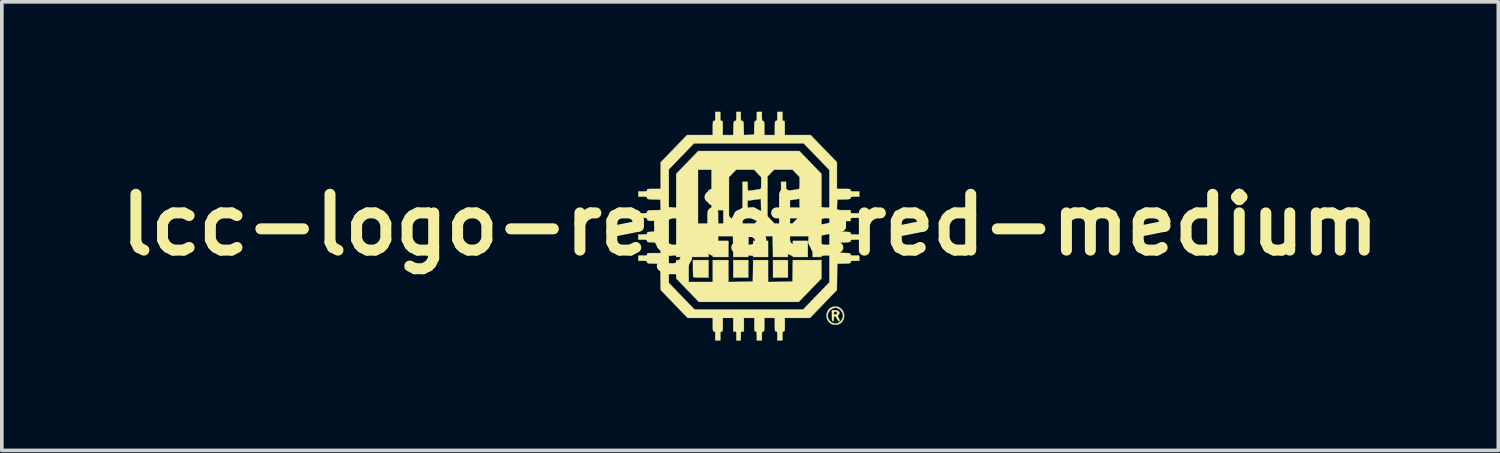
<source format=kicad_pcb>
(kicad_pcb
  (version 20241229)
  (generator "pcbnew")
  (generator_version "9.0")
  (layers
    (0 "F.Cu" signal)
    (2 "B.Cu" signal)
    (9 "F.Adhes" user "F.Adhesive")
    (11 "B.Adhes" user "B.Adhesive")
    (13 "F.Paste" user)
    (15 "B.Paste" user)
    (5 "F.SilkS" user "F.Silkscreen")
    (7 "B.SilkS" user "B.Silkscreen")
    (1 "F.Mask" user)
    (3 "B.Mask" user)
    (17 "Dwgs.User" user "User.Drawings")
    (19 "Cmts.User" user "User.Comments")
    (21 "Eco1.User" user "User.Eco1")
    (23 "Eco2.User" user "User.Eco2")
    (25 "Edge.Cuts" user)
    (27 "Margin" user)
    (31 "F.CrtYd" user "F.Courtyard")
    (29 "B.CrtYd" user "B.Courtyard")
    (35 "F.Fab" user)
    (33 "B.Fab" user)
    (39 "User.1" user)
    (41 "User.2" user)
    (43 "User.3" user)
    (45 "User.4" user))
  (footprint "lcc-logo-registered-medium"
    (layer "F.Cu")
    (at 17.424 3.088)
    (property "Reference" "lcc-logo-registered-medium" (at 0 0 0) (layer "F.SilkS") (effects (font (size 1.524 1.524) (thickness 0.3))))
    (attr through_hole)
    (fp_poly (pts (xy -0.593 0.876) (xy -1.016 0.876) (xy -1.016 0.438) (xy -0.593 0.438) (xy -0.593 0.876)) (stroke (width 0.01) (type solid)) (fill yes) (layer "F.SilkS"))
    (fp_poly (pts (xy -0.051 1.436) (xy -0.457 1.436) (xy -0.457 0.963) (xy -0.051 0.963) (xy -0.051 1.436)) (stroke (width 0.01) (type solid)) (fill yes) (layer "F.SilkS"))
    (fp_poly (pts (xy 0.491 0.876) (xy 0.085 0.876) (xy 0.085 0.438) (xy 0.491 0.438) (xy 0.491 0.876)) (stroke (width 0.01) (type solid)) (fill yes) (layer "F.SilkS"))
    (fp_poly (pts (xy 1.033 1.436) (xy 0.627 1.436) (xy 0.627 0.963) (xy 1.033 0.963) (xy 1.033 1.436)) (stroke (width 0.01) (type solid)) (fill yes) (layer "F.SilkS"))
    (fp_poly (pts (xy 1.575 0.876) (xy 1.168 0.876) (xy 1.168 0.438) (xy 1.575 0.438) (xy 1.575 0.876)) (stroke (width 0.01) (type solid)) (fill yes) (layer "F.SilkS"))
    (fp_poly (pts (xy -1.135 1.436) (xy -1.335 1.436) (xy -1.414 1.435) (xy -1.481 1.433) (xy -1.527 1.429) (xy -1.547 1.425) (xy -1.551 1.404) (xy -1.554 1.355) (xy -1.557 1.285) (xy -1.558 1.201) (xy -1.558 1.188) (xy -1.558 0.963) (xy -1.135 0.963) (xy -1.135 1.436)) (stroke (width 0.01) (type solid)) (fill yes) (layer "F.SilkS"))
    (fp_poly (pts (xy -1.676 1.559) (xy -1.016 1.559) (xy -1.016 0.963) (xy -0.593 0.963) (xy -0.593 1.56) (xy 0.076 1.55) (xy 0.081 1.257) (xy 0.085 0.963) (xy 0.491 0.963) (xy 0.491 1.56) (xy 0.826 1.555) (xy 1.16 1.55) (xy 1.165 1.257) (xy 1.169 0.963) (xy 1.947 0.963) (xy 1.947 1.463) (xy 1.638 1.783) (xy 1.329 2.102) (xy -1.397 2.102) (xy -1.706 1.782) (xy -2.015 1.462) (xy -2.015 0.963) (xy -1.676 0.963) (xy -1.676 1.559)) (stroke (width 0.01) (type solid)) (fill yes) (layer "F.SilkS"))
    (fp_poly (pts (xy 2.373 2.338) (xy 2.42 2.361) (xy 2.439 2.395) (xy 2.43 2.436) (xy 2.411 2.46) (xy 2.394 2.493) (xy 2.4 2.51) (xy 2.417 2.541) (xy 2.435 2.579) (xy 2.445 2.617) (xy 2.437 2.63) (xy 2.418 2.622) (xy 2.392 2.594) (xy 2.371 2.558) (xy 2.345 2.515) (xy 2.319 2.49) (xy 2.311 2.487) (xy 2.294 2.499) (xy 2.286 2.539) (xy 2.286 2.558) (xy 2.282 2.606) (xy 2.268 2.626) (xy 2.261 2.628) (xy 2.248 2.621) (xy 2.24 2.598) (xy 2.236 2.552) (xy 2.235 2.479) (xy 2.235 2.409) (xy 2.286 2.409) (xy 2.291 2.441) (xy 2.312 2.451) (xy 2.333 2.449) (xy 2.369 2.436) (xy 2.379 2.409) (xy 2.368 2.38) (xy 2.333 2.368) (xy 2.299 2.369) (xy 2.287 2.388) (xy 2.286 2.409) (xy 2.235 2.409) (xy 2.235 2.33) (xy 2.304 2.33) (xy 2.373 2.338)) (stroke (width 0.01) (type solid)) (fill yes) (layer "F.SilkS"))
    (fp_poly (pts (xy 2.412 2.243) (xy 2.437 2.254) (xy 2.506 2.309) (xy 2.551 2.381) (xy 2.569 2.462) (xy 2.562 2.545) (xy 2.529 2.622) (xy 2.47 2.685) (xy 2.402 2.718) (xy 2.322 2.728) (xy 2.244 2.714) (xy 2.219 2.703) (xy 2.15 2.648) (xy 2.106 2.576) (xy 2.087 2.495) (xy 2.089 2.475) (xy 2.117 2.475) (xy 2.132 2.55) (xy 2.172 2.616) (xy 2.23 2.668) (xy 2.298 2.695) (xy 2.325 2.698) (xy 2.375 2.689) (xy 2.423 2.671) (xy 2.478 2.625) (xy 2.52 2.56) (xy 2.539 2.49) (xy 2.54 2.479) (xy 2.524 2.405) (xy 2.483 2.339) (xy 2.423 2.288) (xy 2.354 2.262) (xy 2.328 2.26) (xy 2.258 2.276) (xy 2.195 2.318) (xy 2.145 2.378) (xy 2.119 2.448) (xy 2.117 2.475) (xy 2.089 2.475) (xy 2.094 2.412) (xy 2.128 2.335) (xy 2.187 2.272) (xy 2.255 2.24) (xy 2.335 2.23) (xy 2.412 2.243)) (stroke (width 0.01) (type solid)) (fill yes) (layer "F.SilkS"))
    (fp_poly (pts (xy 1.647 -1.703) (xy 1.947 -1.392) (xy 1.947 0.876) (xy 1.711 0.876) (xy 1.706 0.591) (xy 1.702 0.307) (xy 1.041 0.307) (xy 1.037 0.591) (xy 1.032 0.876) (xy 0.627 0.876) (xy 0.623 0.591) (xy 0.618 0.307) (xy -0.042 0.307) (xy -0.047 0.591) (xy -0.052 0.876) (xy -0.456 0.876) (xy -0.461 0.591) (xy -0.466 0.307) (xy -1.126 0.307) (xy -1.131 0.591) (xy -1.135 0.876) (xy -2.015 0.876) (xy -2.015 -1.392) (xy -1.905 -1.506) (xy -1.422 -1.506) (xy -1.422 -0.035) (xy -0.728 -0.035) (xy -0.728 -0.403) (xy -1.05 -0.403) (xy -1.05 -1.304) (xy -0.576 -1.304) (xy -0.576 -0.237) (xy -0.479 -0.136) (xy -0.382 -0.035) (xy 0.128 -0.035) (xy 0.217 -0.128) (xy 0.306 -0.221) (xy 0.301 -0.466) (xy 0.296 -0.71) (xy 0.114 -0.686) (xy -0.068 -0.662) (xy -0.068 -0.368) (xy -0.203 -0.368) (xy -0.203 -1.174) (xy -0.068 -1.174) (xy -0.068 -1.051) (xy -0.066 -0.991) (xy -0.06 -0.947) (xy -0.053 -0.929) (xy -0.052 -0.928) (xy -0.025 -0.931) (xy 0.026 -0.937) (xy 0.09 -0.945) (xy 0.156 -0.955) (xy 0.216 -0.964) (xy 0.258 -0.971) (xy 0.267 -0.973) (xy 0.285 -0.979) (xy 0.296 -0.992) (xy 0.302 -1.02) (xy 0.304 -1.069) (xy 0.305 -1.143) (xy 0.305 -1.304) (xy 0.286 -1.324) (xy 0.474 -1.324) (xy 0.474 -0.237) (xy 0.571 -0.136) (xy 0.668 -0.035) (xy 1.159 -0.035) (xy 1.257 -0.135) (xy 1.355 -0.235) (xy 1.355 -0.478) (xy 1.354 -0.574) (xy 1.353 -0.641) (xy 1.35 -0.683) (xy 1.344 -0.705) (xy 1.336 -0.713) (xy 1.325 -0.712) (xy 1.296 -0.706) (xy 1.242 -0.697) (xy 1.174 -0.687) (xy 1.139 -0.682) (xy 0.982 -0.661) (xy 0.982 -0.368) (xy 0.847 -0.368) (xy 0.847 -1.174) (xy 0.982 -1.174) (xy 0.982 -1.051) (xy 0.984 -0.991) (xy 0.99 -0.947) (xy 0.997 -0.929) (xy 0.998 -0.928) (xy 1.025 -0.931) (xy 1.076 -0.937) (xy 1.139 -0.945) (xy 1.206 -0.955) (xy 1.266 -0.964) (xy 1.308 -0.971) (xy 1.317 -0.973) (xy 1.334 -0.979) (xy 1.346 -0.992) (xy 1.352 -1.02) (xy 1.354 -1.069) (xy 1.355 -1.143) (xy 1.355 -1.304) (xy 1.258 -1.405) (xy 1.161 -1.506) (xy 0.653 -1.506) (xy 0.564 -1.415) (xy 0.474 -1.324) (xy 0.286 -1.324) (xy 0.208 -1.405) (xy 0.111 -1.506) (xy -0.382 -1.506) (xy -0.479 -1.405) (xy -0.576 -1.304) (xy -1.05 -1.304) (xy -1.05 -1.506) (xy -1.422 -1.506) (xy -1.905 -1.506) (xy -1.715 -1.703) (xy -1.414 -2.014) (xy 1.347 -2.014) (xy 1.647 -1.703)) (stroke (width 0.01) (type solid)) (fill yes) (layer "F.SilkS"))
    (fp_poly (pts (xy -0.813 -2.96) (xy -0.812 -2.896) (xy -0.808 -2.859) (xy -0.798 -2.842) (xy -0.782 -2.838) (xy -0.779 -2.838) (xy -0.764 -2.836) (xy -0.754 -2.825) (xy -0.749 -2.8) (xy -0.746 -2.754) (xy -0.745 -2.681) (xy -0.745 -2.645) (xy -0.745 -2.452) (xy -0.458 -2.452) (xy -0.454 -2.641) (xy -0.451 -2.724) (xy -0.448 -2.778) (xy -0.442 -2.811) (xy -0.433 -2.827) (xy -0.419 -2.833) (xy -0.411 -2.835) (xy -0.391 -2.84) (xy -0.379 -2.855) (xy -0.374 -2.888) (xy -0.373 -2.946) (xy -0.373 -2.962) (xy -0.373 -3.083) (xy -0.254 -3.083) (xy -0.254 -2.962) (xy -0.253 -2.898) (xy -0.249 -2.86) (xy -0.239 -2.842) (xy -0.221 -2.835) (xy -0.216 -2.835) (xy -0.199 -2.83) (xy -0.188 -2.819) (xy -0.181 -2.795) (xy -0.177 -2.75) (xy -0.174 -2.68) (xy -0.173 -2.64) (xy -0.168 -2.451) (xy 0.11 -2.461) (xy 0.115 -2.649) (xy 0.117 -2.733) (xy 0.121 -2.787) (xy 0.127 -2.819) (xy 0.136 -2.834) (xy 0.149 -2.838) (xy 0.153 -2.838) (xy 0.17 -2.841) (xy 0.181 -2.857) (xy 0.185 -2.891) (xy 0.186 -2.953) (xy 0.186 -2.96) (xy 0.186 -3.083) (xy 0.322 -3.083) (xy 0.322 -2.962) (xy 0.323 -2.898) (xy 0.328 -2.86) (xy 0.339 -2.841) (xy 0.356 -2.833) (xy 0.371 -2.826) (xy 0.381 -2.811) (xy 0.386 -2.782) (xy 0.389 -2.731) (xy 0.389 -2.653) (xy 0.389 -2.638) (xy 0.389 -2.452) (xy 0.677 -2.452) (xy 0.677 -2.645) (xy 0.678 -2.729) (xy 0.68 -2.785) (xy 0.684 -2.817) (xy 0.692 -2.833) (xy 0.705 -2.838) (xy 0.711 -2.838) (xy 0.729 -2.841) (xy 0.739 -2.856) (xy 0.744 -2.89) (xy 0.745 -2.951) (xy 0.745 -2.96) (xy 0.745 -3.083) (xy 0.881 -3.083) (xy 0.881 -2.96) (xy 0.881 -2.896) (xy 0.886 -2.859) (xy 0.895 -2.842) (xy 0.912 -2.838) (xy 0.914 -2.838) (xy 0.929 -2.836) (xy 0.939 -2.825) (xy 0.945 -2.8) (xy 0.947 -2.754) (xy 0.948 -2.681) (xy 0.948 -2.645) (xy 0.948 -2.452) (xy 1.651 -2.452) (xy 2.011 -2.08) (xy 2.371 -1.708) (xy 2.371 -0.981) (xy 2.557 -0.981) (xy 2.638 -0.981) (xy 2.692 -0.979) (xy 2.723 -0.974) (xy 2.738 -0.966) (xy 2.743 -0.953) (xy 2.743 -0.946) (xy 2.746 -0.928) (xy 2.761 -0.917) (xy 2.794 -0.912) (xy 2.852 -0.911) (xy 2.862 -0.911) (xy 2.98 -0.911) (xy 2.98 -0.771) (xy 2.862 -0.771) (xy 2.799 -0.77) (xy 2.764 -0.765) (xy 2.747 -0.756) (xy 2.743 -0.738) (xy 2.743 -0.736) (xy 2.741 -0.721) (xy 2.729 -0.711) (xy 2.703 -0.704) (xy 2.656 -0.7) (xy 2.582 -0.697) (xy 2.561 -0.697) (xy 2.379 -0.692) (xy 2.374 -0.547) (xy 2.369 -0.403) (xy 2.743 -0.403) (xy 2.743 -0.359) (xy 2.745 -0.336) (xy 2.755 -0.323) (xy 2.781 -0.317) (xy 2.83 -0.315) (xy 2.862 -0.315) (xy 2.98 -0.315) (xy 2.98 -0.193) (xy 2.862 -0.193) (xy 2.8 -0.192) (xy 2.764 -0.188) (xy 2.748 -0.179) (xy 2.743 -0.161) (xy 2.743 -0.149) (xy 2.743 -0.105) (xy 2.369 -0.105) (xy 2.374 0.039) (xy 2.379 0.184) (xy 2.561 0.189) (xy 2.642 0.192) (xy 2.694 0.195) (xy 2.725 0.201) (xy 2.739 0.21) (xy 2.743 0.224) (xy 2.743 0.228) (xy 2.747 0.246) (xy 2.761 0.257) (xy 2.795 0.262) (xy 2.854 0.263) (xy 2.862 0.263) (xy 2.98 0.263) (xy 2.98 0.403) (xy 2.862 0.403) (xy 2.799 0.404) (xy 2.764 0.408) (xy 2.747 0.418) (xy 2.743 0.435) (xy 2.743 0.437) (xy 2.741 0.453) (xy 2.729 0.463) (xy 2.703 0.469) (xy 2.656 0.473) (xy 2.582 0.476) (xy 2.561 0.477) (xy 2.379 0.482) (xy 2.379 0.762) (xy 2.561 0.767) (xy 2.642 0.77) (xy 2.694 0.773) (xy 2.725 0.779) (xy 2.739 0.788) (xy 2.743 0.802) (xy 2.743 0.806) (xy 2.747 0.825) (xy 2.761 0.835) (xy 2.795 0.84) (xy 2.854 0.841) (xy 2.862 0.841) (xy 2.98 0.841) (xy 2.98 0.981) (xy 2.862 0.981) (xy 2.799 0.982) (xy 2.764 0.986) (xy 2.747 0.996) (xy 2.743 1.013) (xy 2.743 1.015) (xy 2.741 1.031) (xy 2.729 1.041) (xy 2.703 1.047) (xy 2.656 1.051) (xy 2.582 1.054) (xy 2.561 1.055) (xy 2.379 1.06) (xy 2.37 1.778) (xy 1.634 2.54) (xy 0.948 2.54) (xy 0.948 2.724) (xy 0.948 2.806) (xy 0.946 2.859) (xy 0.941 2.89) (xy 0.932 2.904) (xy 0.919 2.908) (xy 0.914 2.908) (xy 0.897 2.911) (xy 0.886 2.926) (xy 0.882 2.96) (xy 0.881 3.021) (xy 0.881 3.03) (xy 0.881 3.153) (xy 0.745 3.153) (xy 0.745 3.03) (xy 0.744 2.966) (xy 0.74 2.929) (xy 0.731 2.912) (xy 0.714 2.908) (xy 0.711 2.908) (xy 0.696 2.906) (xy 0.686 2.895) (xy 0.681 2.869) (xy 0.678 2.821) (xy 0.677 2.747) (xy 0.677 2.724) (xy 0.677 2.54) (xy 0.389 2.54) (xy 0.389 2.724) (xy 0.389 2.806) (xy 0.387 2.859) (xy 0.382 2.89) (xy 0.374 2.904) (xy 0.36 2.908) (xy 0.356 2.908) (xy 0.338 2.911) (xy 0.328 2.926) (xy 0.323 2.96) (xy 0.322 3.021) (xy 0.322 3.03) (xy 0.322 3.153) (xy 0.186 3.153) (xy 0.186 3.03) (xy 0.185 2.966) (xy 0.181 2.929) (xy 0.172 2.912) (xy 0.155 2.908) (xy 0.152 2.908) (xy 0.137 2.906) (xy 0.127 2.895) (xy 0.122 2.869) (xy 0.119 2.821) (xy 0.119 2.747) (xy 0.119 2.724) (xy 0.119 2.54) (xy -0.169 2.54) (xy -0.169 2.908) (xy -0.212 2.908) (xy -0.234 2.91) (xy -0.246 2.92) (xy -0.252 2.947) (xy -0.254 2.998) (xy -0.254 3.03) (xy -0.254 3.153) (xy -0.373 3.153) (xy -0.373 3.03) (xy -0.373 2.966) (xy -0.377 2.93) (xy -0.386 2.913) (xy -0.404 2.908) (xy -0.415 2.908) (xy -0.457 2.908) (xy -0.457 2.54) (xy -0.745 2.54) (xy -0.745 2.724) (xy -0.745 2.806) (xy -0.748 2.859) (xy -0.752 2.89) (xy -0.761 2.904) (xy -0.775 2.908) (xy -0.779 2.908) (xy -0.797 2.911) (xy -0.807 2.926) (xy -0.812 2.96) (xy -0.813 3.021) (xy -0.813 3.03) (xy -0.813 3.153) (xy -0.948 3.153) (xy -0.948 3.03) (xy -0.949 2.966) (xy -0.953 2.929) (xy -0.963 2.912) (xy -0.979 2.908) (xy -0.982 2.908) (xy -0.997 2.906) (xy -1.007 2.895) (xy -1.013 2.869) (xy -1.015 2.821) (xy -1.016 2.747) (xy -1.016 2.724) (xy -1.016 2.54) (xy -1.702 2.54) (xy -2.438 1.778) (xy -2.447 1.06) (xy -2.629 1.055) (xy -2.709 1.052) (xy -2.762 1.049) (xy -2.793 1.043) (xy -2.807 1.033) (xy -2.811 1.019) (xy -2.811 1.015) (xy -2.814 0.997) (xy -2.829 0.987) (xy -2.863 0.982) (xy -2.922 0.981) (xy -2.929 0.981) (xy -3.048 0.981) (xy -3.048 0.841) (xy -2.929 0.841) (xy -2.867 0.84) (xy -2.831 0.836) (xy -2.815 0.826) (xy -2.811 0.809) (xy -2.811 0.806) (xy -2.809 0.79) (xy -2.798 0.78) (xy -2.774 0.774) (xy -2.73 0.772) (xy -2.66 0.771) (xy -2.625 0.771) (xy -2.438 0.771) (xy -2.438 0.473) (xy -2.625 0.473) (xy -2.706 0.473) (xy -2.76 0.471) (xy -2.791 0.466) (xy -2.806 0.458) (xy -2.811 0.445) (xy -2.811 0.438) (xy -2.814 0.42) (xy -2.829 0.409) (xy -2.861 0.404) (xy -2.92 0.403) (xy -2.929 0.403) (xy -3.048 0.403) (xy -3.048 0.263) (xy -2.929 0.263) (xy -2.867 0.262) (xy -2.831 0.257) (xy -2.815 0.248) (xy -2.811 0.23) (xy -2.811 0.228) (xy -2.808 0.213) (xy -2.797 0.203) (xy -2.771 0.196) (xy -2.724 0.192) (xy -2.65 0.189) (xy -2.629 0.189) (xy -2.447 0.184) (xy -2.442 0.04) (xy -2.437 -0.104) (xy -2.62 -0.109) (xy -2.7 -0.111) (xy -2.753 -0.115) (xy -2.784 -0.121) (xy -2.8 -0.13) (xy -2.806 -0.145) (xy -2.808 -0.153) (xy -2.813 -0.174) (xy -2.828 -0.186) (xy -2.859 -0.191) (xy -2.915 -0.193) (xy -2.931 -0.193) (xy -3.048 -0.193) (xy -3.048 -0.315) (xy -2.931 -0.315) (xy -2.869 -0.316) (xy -2.833 -0.321) (xy -2.815 -0.331) (xy -2.809 -0.35) (xy -2.808 -0.355) (xy -2.804 -0.372) (xy -2.793 -0.384) (xy -2.769 -0.391) (xy -2.727 -0.395) (xy -2.659 -0.398) (xy -2.62 -0.399) (xy -2.437 -0.404) (xy -2.442 -0.548) (xy -2.447 -0.692) (xy -2.629 -0.697) (xy -2.709 -0.7) (xy -2.762 -0.703) (xy -2.793 -0.709) (xy -2.807 -0.718) (xy -2.811 -0.732) (xy -2.811 -0.736) (xy -2.814 -0.754) (xy -2.829 -0.765) (xy -2.863 -0.77) (xy -2.922 -0.771) (xy -2.929 -0.771) (xy -3.048 -0.771) (xy -3.048 -0.911) (xy -2.929 -0.911) (xy -2.867 -0.912) (xy -2.831 -0.916) (xy -2.815 -0.926) (xy -2.811 -0.943) (xy -2.811 -0.946) (xy -2.809 -0.961) (xy -2.798 -0.971) (xy -2.774 -0.977) (xy -2.73 -0.98) (xy -2.66 -0.981) (xy -2.625 -0.981) (xy -2.438 -0.981) (xy -2.438 -1.516) (xy -2.218 -1.516) (xy -2.218 1.585) (xy -1.867 1.949) (xy -1.516 2.312) (xy 1.448 2.312) (xy 1.807 1.94) (xy 2.167 1.568) (xy 2.167 -1.497) (xy 1.816 -1.861) (xy 1.465 -2.225) (xy -1.532 -2.225) (xy -2.218 -1.516) (xy -2.438 -1.516) (xy -2.438 -1.708) (xy -2.078 -2.08) (xy -1.718 -2.452) (xy -1.016 -2.452) (xy -1.016 -2.645) (xy -1.016 -2.729) (xy -1.014 -2.785) (xy -1.009 -2.817) (xy -1.001 -2.833) (xy -0.989 -2.838) (xy -0.982 -2.838) (xy -0.964 -2.841) (xy -0.954 -2.856) (xy -0.949 -2.89) (xy -0.948 -2.951) (xy -0.948 -2.96) (xy -0.948 -3.083) (xy -0.813 -3.083) (xy -0.813 -2.96)) (stroke (width 0.01) (type solid)) (fill yes) (layer "F.SilkS")))
  (gr_rect
    (start -3 -3)
    (end 37.849 9.246)
    (stroke (width 0.1) (type default))
    (fill no)
    (layer "Edge.Cuts")))
</source>
